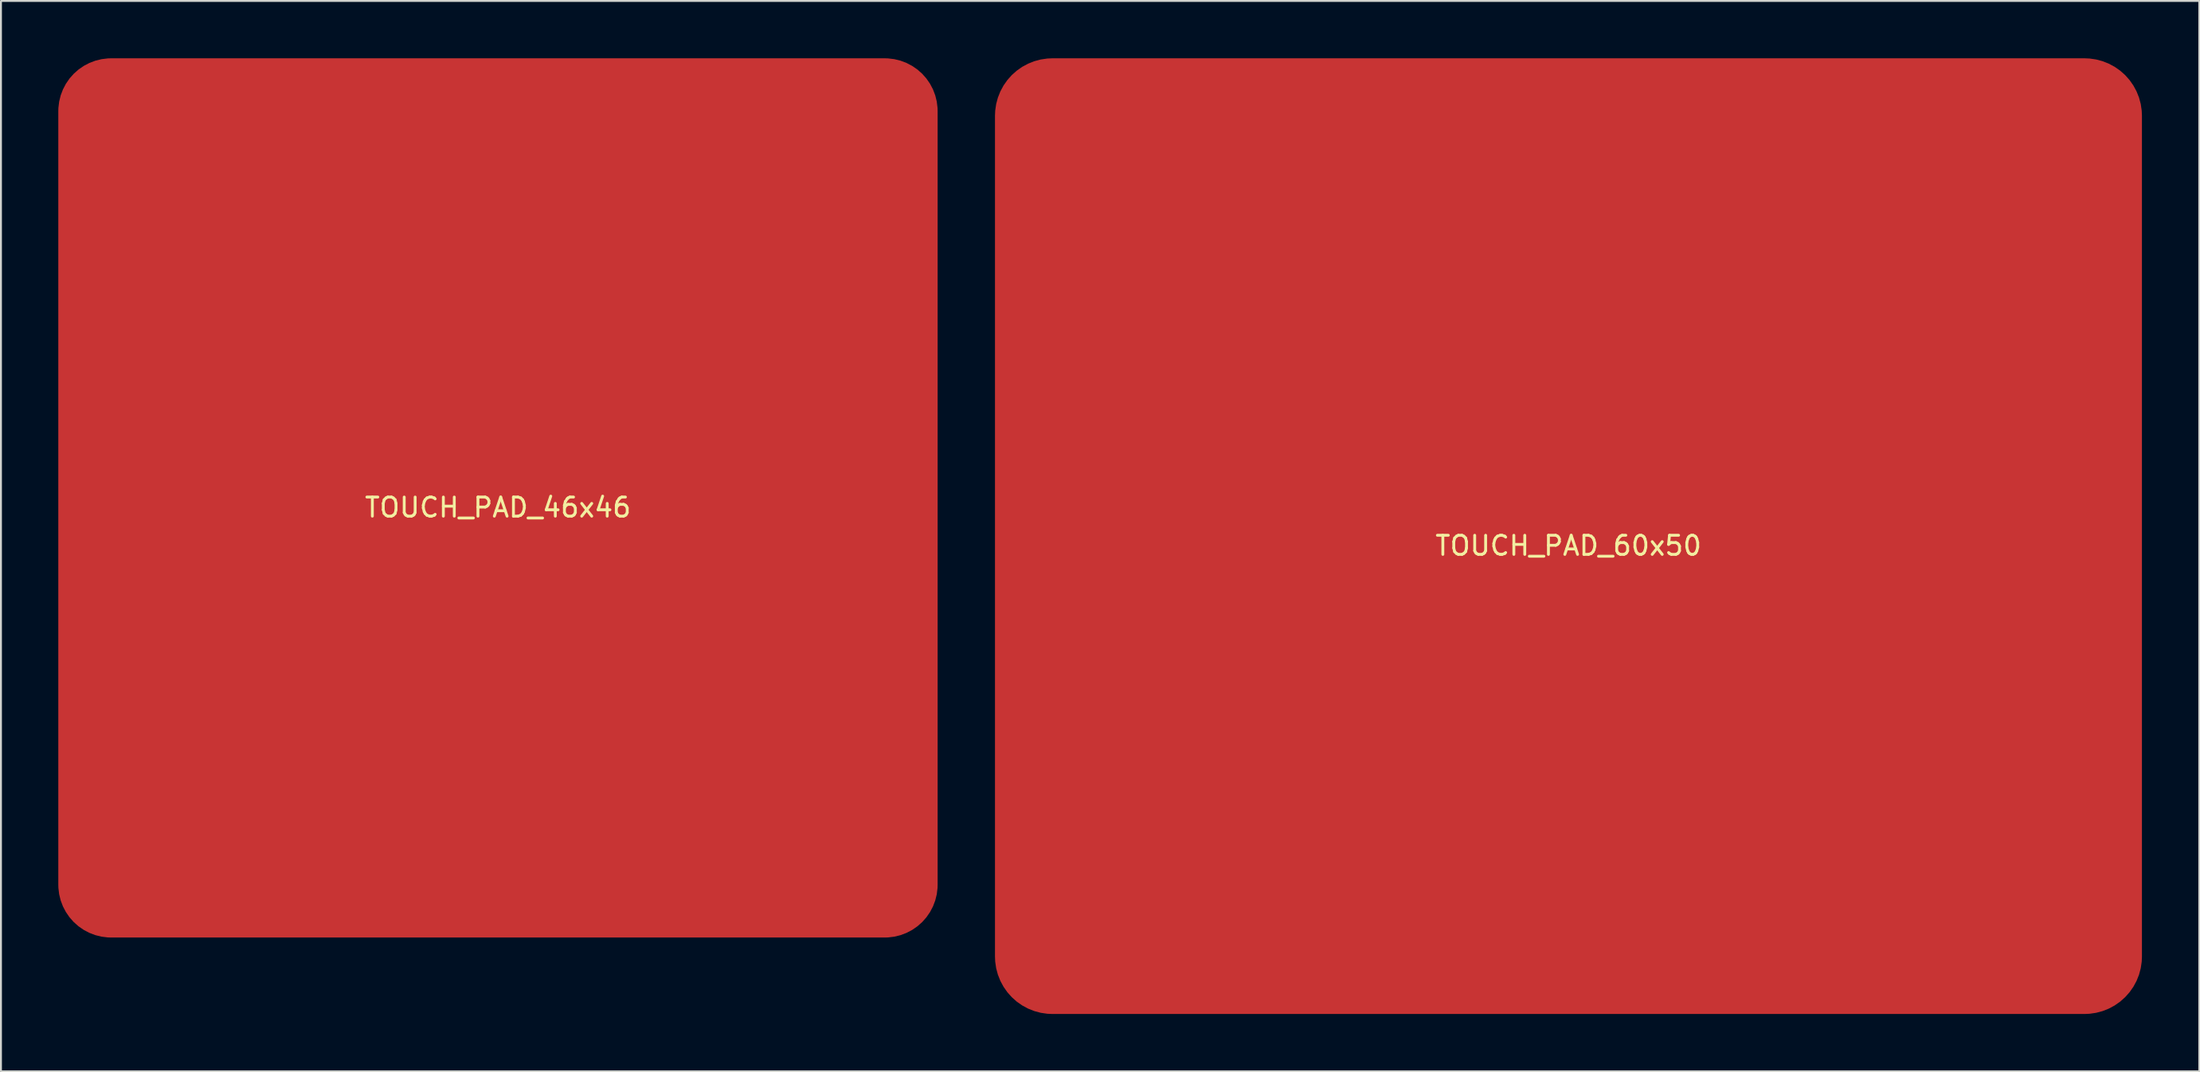
<source format=kicad_pcb>
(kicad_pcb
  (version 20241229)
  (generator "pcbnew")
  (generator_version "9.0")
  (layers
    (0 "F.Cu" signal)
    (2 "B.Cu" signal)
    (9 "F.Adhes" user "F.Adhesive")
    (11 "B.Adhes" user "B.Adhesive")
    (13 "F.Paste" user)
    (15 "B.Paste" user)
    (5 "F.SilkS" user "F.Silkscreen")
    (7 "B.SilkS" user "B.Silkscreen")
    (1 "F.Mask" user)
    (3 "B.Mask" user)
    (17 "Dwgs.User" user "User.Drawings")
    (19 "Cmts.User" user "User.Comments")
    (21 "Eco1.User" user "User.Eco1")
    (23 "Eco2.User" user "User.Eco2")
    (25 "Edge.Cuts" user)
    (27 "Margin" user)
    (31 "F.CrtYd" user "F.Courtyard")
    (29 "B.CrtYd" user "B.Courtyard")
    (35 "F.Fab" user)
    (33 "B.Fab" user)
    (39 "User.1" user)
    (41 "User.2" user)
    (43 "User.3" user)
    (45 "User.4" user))
  (footprint "TOUCH_PAD_46x46"
    (layer "F.Cu")
    (at 23 23)
    (property "Reference" "TOUCH_PAD_46x46" (at 0 0.5 0) (layer "F.SilkS") (effects (font (size 1 1) (thickness 0.15))))
    (attr through_hole)
    (pad "1" smd roundrect (at 0 0) (size 46 46) (layers "F.Cu") (roundrect_rratio 0.06)))
  (footprint "TOUCH_PAD_60x50"
    (layer "F.Cu")
    (at 79 25)
    (property "Reference" "TOUCH_PAD_60x50" (at 0 0.5 0) (layer "F.SilkS") (effects (font (size 1 1) (thickness 0.15))))
    (attr through_hole)
    (pad "1" smd roundrect (at 0 0) (size 60 50) (layers "F.Cu") (roundrect_rratio 0.06)))
  (gr_rect
    (start -3 -3)
    (end 112 53)
    (stroke (width 0.1) (type default))
    (fill no)
    (layer "Edge.Cuts")))
</source>
